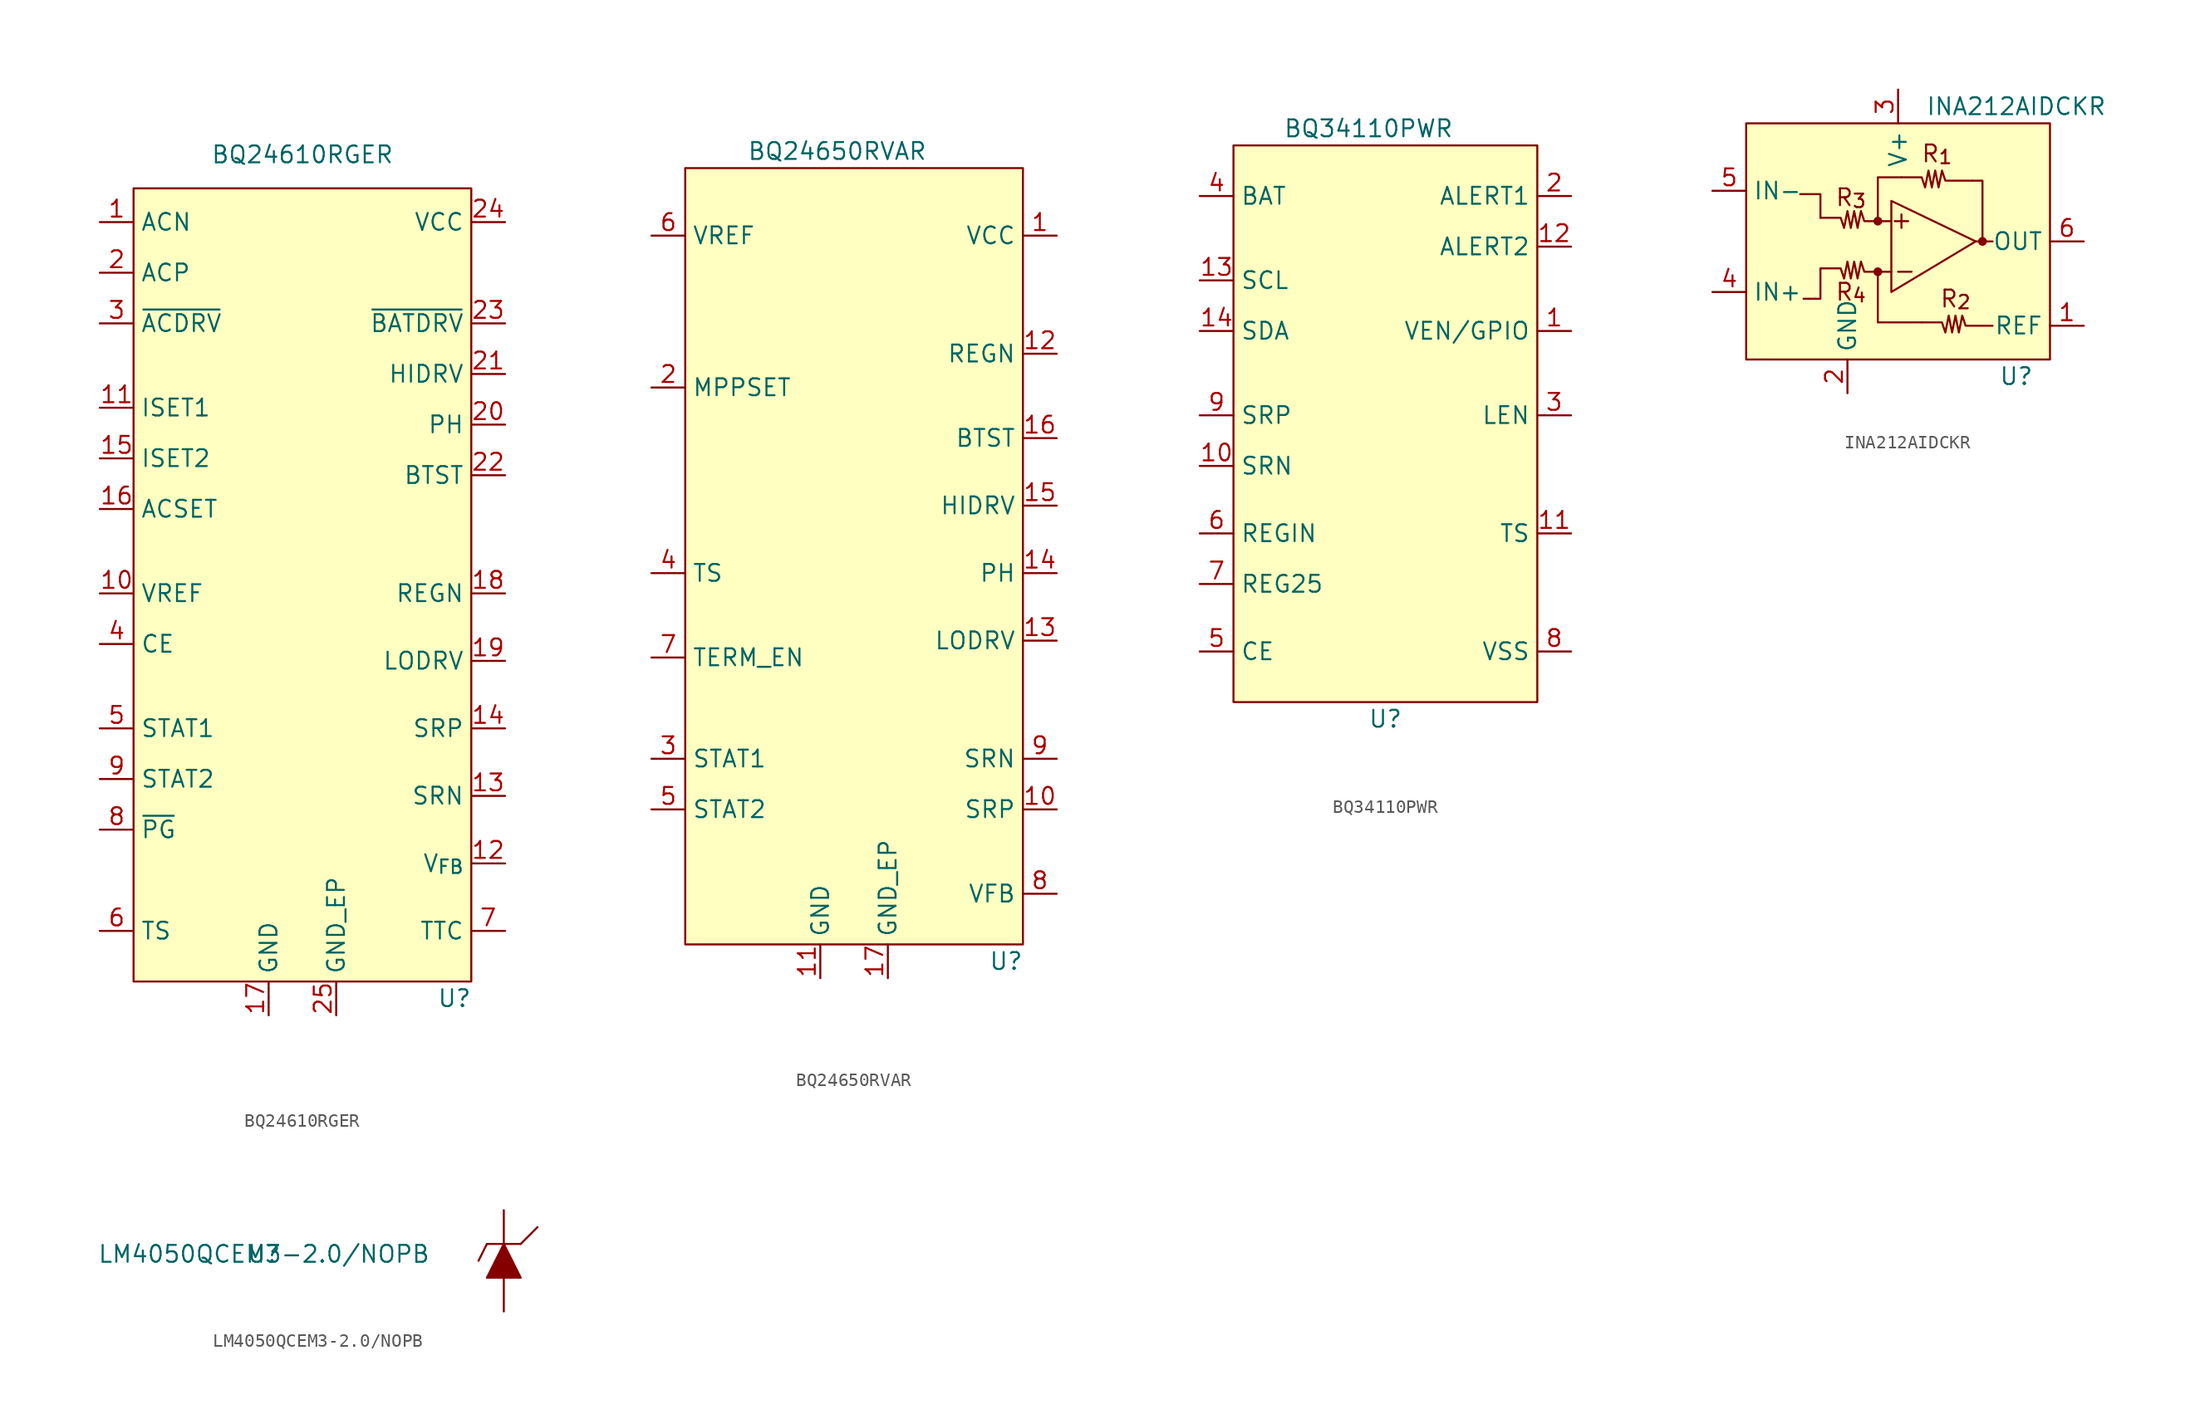
<source format=kicad_sym>
(kicad_symbol_lib
  (version 20241209)
  (generator "kicad_symbol_editor")
  (generator_version "9.0")
  (symbol "BQ24610RGER"
    (property "Reference" "U"
      (at 11.43 -33.02 0)
      (effects (font (size 1.27 1.27))))
    (property "Value" "BQ24610RGER"
      (at 0 30.48 0)
      (effects (font (size 1.27 1.27))))
    (symbol "BQ24610RGER_1_1"
      (rectangle (start -12.7 27.94) (end 12.7 -31.75) (stroke (width 0) (type default)) (fill (type background)))
      (pin passive line (at -15.24 25.4 0) (length 2.54) (name "ACN" (effects (font (size 1.27 1.27)))) (number "1" (effects (font (size 1.27 1.27)))))
      (pin passive line (at -15.24 21.59 0) (length 2.54) (name "ACP" (effects (font (size 1.27 1.27)))) (number "2" (effects (font (size 1.27 1.27)))))
      (pin passive line (at -15.24 17.78 0) (length 2.54) (name "~{ACDRV}" (effects (font (size 1.27 1.27)))) (number "3" (effects (font (size 1.27 1.27)))))
      (pin input line (at -15.24 11.43 0) (length 2.54) (name "ISET1" (effects (font (size 1.27 1.27)))) (number "11" (effects (font (size 1.27 1.27)))))
      (pin input line (at -15.24 7.62 0) (length 2.54) (name "ISET2" (effects (font (size 1.27 1.27)))) (number "15" (effects (font (size 1.27 1.27)))))
      (pin passive line (at -15.24 3.81 0) (length 2.54) (name "ACSET" (effects (font (size 1.27 1.27)))) (number "16" (effects (font (size 1.27 1.27)))))
      (pin power_out line (at -15.24 -2.54 0) (length 2.54) (name "VREF" (effects (font (size 1.27 1.27)))) (number "10" (effects (font (size 1.27 1.27)))))
      (pin input line (at -15.24 -6.35 0) (length 2.54) (name "CE" (effects (font (size 1.27 1.27)))) (number "4" (effects (font (size 1.27 1.27)))))
      (pin passive line (at -15.24 -12.7 0) (length 2.54) (name "STAT1" (effects (font (size 1.27 1.27)))) (number "5" (effects (font (size 1.27 1.27)))))
      (pin passive line (at -15.24 -16.51 0) (length 2.54) (name "STAT2" (effects (font (size 1.27 1.27)))) (number "9" (effects (font (size 1.27 1.27)))))
      (pin output line (at -15.24 -20.32 0) (length 2.54) (name "~{PG}" (effects (font (size 1.27 1.27)))) (number "8" (effects (font (size 1.27 1.27)))))
      (pin input line (at -15.24 -27.94 0) (length 2.54) (name "TS" (effects (font (size 1.27 1.27)))) (number "6" (effects (font (size 1.27 1.27)))))
      (pin power_in line (at -2.54 -34.29 90) (length 2.54) (name "GND" (effects (font (size 1.27 1.27)))) (number "17" (effects (font (size 1.27 1.27)))))
      (pin power_in line (at 2.54 -34.29 90) (length 2.54) (name "GND_EP" (effects (font (size 1.27 1.27)))) (number "25" (effects (font (size 1.27 1.27)))))
      (pin power_in line (at 15.24 25.4 180) (length 2.54) (name "VCC" (effects (font (size 1.27 1.27)))) (number "24" (effects (font (size 1.27 1.27)))))
      (pin output line (at 15.24 17.78 180) (length 2.54) (name "~{BATDRV}" (effects (font (size 1.27 1.27)))) (number "23" (effects (font (size 1.27 1.27)))))
      (pin output line (at 15.24 13.97 180) (length 2.54) (name "HIDRV" (effects (font (size 1.27 1.27)))) (number "21" (effects (font (size 1.27 1.27)))))
      (pin output line (at 15.24 10.16 180) (length 2.54) (name "PH" (effects (font (size 1.27 1.27)))) (number "20" (effects (font (size 1.27 1.27)))))
      (pin output line (at 15.24 6.35 180) (length 2.54) (name "BTST" (effects (font (size 1.27 1.27)))) (number "22" (effects (font (size 1.27 1.27)))))
      (pin output line (at 15.24 -2.54 180) (length 2.54) (name "REGN" (effects (font (size 1.27 1.27)))) (number "18" (effects (font (size 1.27 1.27)))))
      (pin output line (at 15.24 -7.62 180) (length 2.54) (name "LODRV" (effects (font (size 1.27 1.27)))) (number "19" (effects (font (size 1.27 1.27)))))
      (pin input line (at 15.24 -12.7 180) (length 2.54) (name "SRP" (effects (font (size 1.27 1.27)))) (number "14" (effects (font (size 1.27 1.27)))))
      (pin input line (at 15.24 -17.78 180) (length 2.54) (name "SRN" (effects (font (size 1.27 1.27)))) (number "13" (effects (font (size 1.27 1.27)))))
      (pin power_in line (at 15.24 -22.86 180) (length 2.54) (name "V_{FB}" (effects (font (size 1.27 1.27)))) (number "12" (effects (font (size 1.27 1.27)))))
      (pin passive line (at 15.24 -27.94 180) (length 2.54) (name "TTC" (effects (font (size 1.27 1.27)))) (number "7" (effects (font (size 1.27 1.27)))))))
  (symbol "BQ24650RVAR"
    (property "Reference" "U"
      (at 11.43 -29.21 0)
      (effects (font (size 1.27 1.27))))
    (property "Value" "BQ24650RVAR"
      (at -1.27 31.75 0)
      (effects (font (size 1.27 1.27))))
    (symbol "BQ24650RVAR_1_1"
      (rectangle (start -12.7 30.48) (end 12.7 -27.94) (stroke (width 0) (type default)) (fill (type background)))
      (pin power_in line (at -15.24 25.4 0) (length 2.54) (name "VREF" (effects (font (size 1.27 1.27)))) (number "6" (effects (font (size 1.27 1.27)))))
      (pin input line (at -15.24 13.97 0) (length 2.54) (name "MPPSET" (effects (font (size 1.27 1.27)))) (number "2" (effects (font (size 1.27 1.27)))))
      (pin input line (at -15.24 0 0) (length 2.54) (name "TS" (effects (font (size 1.27 1.27)))) (number "4" (effects (font (size 1.27 1.27)))))
      (pin input line (at -15.24 -6.35 0) (length 2.54) (name "TERM_EN" (effects (font (size 1.27 1.27)))) (number "7" (effects (font (size 1.27 1.27)))))
      (pin output line (at -15.24 -13.97 0) (length 2.54) (name "STAT1" (effects (font (size 1.27 1.27)))) (number "3" (effects (font (size 1.27 1.27)))))
      (pin output line (at -15.24 -17.78 0) (length 2.54) (name "STAT2" (effects (font (size 1.27 1.27)))) (number "5" (effects (font (size 1.27 1.27)))))
      (pin power_in line (at -2.54 -30.48 90) (length 2.54) (name "GND" (effects (font (size 1.27 1.27)))) (number "11" (effects (font (size 1.27 1.27)))))
      (pin power_out line (at 2.54 -30.48 90) (length 2.54) (name "GND_EP" (effects (font (size 1.27 1.27)))) (number "17" (effects (font (size 1.27 1.27)))))
      (pin power_in line (at 15.24 25.4 180) (length 2.54) (name "VCC" (effects (font (size 1.27 1.27)))) (number "1" (effects (font (size 1.27 1.27)))))
      (pin power_in line (at 15.24 16.51 180) (length 2.54) (name "REGN" (effects (font (size 1.27 1.27)))) (number "12" (effects (font (size 1.27 1.27)))))
      (pin power_out line (at 15.24 10.16 180) (length 2.54) (name "BTST" (effects (font (size 1.27 1.27)))) (number "16" (effects (font (size 1.27 1.27)))))
      (pin output line (at 15.24 5.08 180) (length 2.54) (name "HIDRV" (effects (font (size 1.27 1.27)))) (number "15" (effects (font (size 1.27 1.27)))))
      (pin passive line (at 15.24 0 180) (length 2.54) (name "PH" (effects (font (size 1.27 1.27)))) (number "14" (effects (font (size 1.27 1.27)))))
      (pin output line (at 15.24 -5.08 180) (length 2.54) (name "LODRV" (effects (font (size 1.27 1.27)))) (number "13" (effects (font (size 1.27 1.27)))))
      (pin input line (at 15.24 -13.97 180) (length 2.54) (name "SRN" (effects (font (size 1.27 1.27)))) (number "9" (effects (font (size 1.27 1.27)))))
      (pin input line (at 15.24 -17.78 180) (length 2.54) (name "SRP" (effects (font (size 1.27 1.27)))) (number "10" (effects (font (size 1.27 1.27)))))
      (pin input line (at 15.24 -24.13 180) (length 2.54) (name "VFB" (effects (font (size 1.27 1.27)))) (number "8" (effects (font (size 1.27 1.27)))))))
  (symbol "BQ34110PWR"
    (property "Reference" "U"
      (at 0 -22.86 0)
      (effects (font (size 1.27 1.27))))
    (property "Value" "BQ34110PWR"
      (at -1.27 21.59 0)
      (effects (font (size 1.27 1.27))))
    (symbol "BQ34110PWR_1_1"
      (rectangle (start -11.43 20.32) (end 11.43 -21.59) (stroke (width 0) (type default)) (fill (type background)))
      (pin power_in line (at -13.97 16.51 0) (length 2.54) (name "BAT" (effects (font (size 1.27 1.27)))) (number "4" (effects (font (size 1.27 1.27)))))
      (pin input line (at -13.97 10.16 0) (length 2.54) (name "SCL" (effects (font (size 1.27 1.27)))) (number "13" (effects (font (size 1.27 1.27)))))
      (pin bidirectional line (at -13.97 6.35 0) (length 2.54) (name "SDA" (effects (font (size 1.27 1.27)))) (number "14" (effects (font (size 1.27 1.27)))))
      (pin input line (at -13.97 0 0) (length 2.54) (name "SRP" (effects (font (size 1.27 1.27)))) (number "9" (effects (font (size 1.27 1.27)))))
      (pin input line (at -13.97 -3.81 0) (length 2.54) (name "SRN" (effects (font (size 1.27 1.27)))) (number "10" (effects (font (size 1.27 1.27)))))
      (pin power_in line (at -13.97 -8.89 0) (length 2.54) (name "REGIN" (effects (font (size 1.27 1.27)))) (number "6" (effects (font (size 1.27 1.27)))))
      (pin power_in line (at -13.97 -12.7 0) (length 2.54) (name "REG25" (effects (font (size 1.27 1.27)))) (number "7" (effects (font (size 1.27 1.27)))))
      (pin input line (at -13.97 -17.78 0) (length 2.54) (name "CE" (effects (font (size 1.27 1.27)))) (number "5" (effects (font (size 1.27 1.27)))))
      (pin output line (at 13.97 16.51 180) (length 2.54) (name "ALERT1" (effects (font (size 1.27 1.27)))) (number "2" (effects (font (size 1.27 1.27)))))
      (pin output line (at 13.97 12.7 180) (length 2.54) (name "ALERT2" (effects (font (size 1.27 1.27)))) (number "12" (effects (font (size 1.27 1.27)))))
      (pin bidirectional line (at 13.97 6.35 180) (length 2.54) (name "VEN/GPIO" (effects (font (size 1.27 1.27)))) (number "1" (effects (font (size 1.27 1.27)))))
      (pin output line (at 13.97 0 180) (length 2.54) (name "LEN" (effects (font (size 1.27 1.27)))) (number "3" (effects (font (size 1.27 1.27)))))
      (pin input line (at 13.97 -8.89 180) (length 2.54) (name "TS" (effects (font (size 1.27 1.27)))) (number "11" (effects (font (size 1.27 1.27)))))
      (pin power_in line (at 13.97 -17.78 180) (length 2.54) (name "VSS" (effects (font (size 1.27 1.27)))) (number "8" (effects (font (size 1.27 1.27)))))))
  (symbol "INA212AIDCKR"
    (property "Reference" "U"
      (at 13.97 -15.24 0)
      (effects (font (size 1.27 1.27))))
    (property "Value" "INA212AIDCKR"
      (at 13.97 5.08 0)
      (effects (font (size 1.27 1.27))))
    (symbol "INA212AIDCKR_0_0"
      (text "R_{3}" (at 1.524 -1.778 0) (effects (font (size 1.27 1.27))))
      (text "R_{4}" (at 1.524 -8.89 0) (effects (font (size 1.27 1.27))))
      (text "R_{1}" (at 8.001 1.524 0) (effects (font (size 1.27 1.27))))
      (text "R_{2}" (at 9.398 -9.398 0) (effects (font (size 1.27 1.27)))))
    (symbol "INA212AIDCKR_0_1"
      (rectangle (start -6.35 3.81) (end 16.51 -13.97) (stroke (width 0) (type default)) (fill (type background)))
      (polyline (pts (xy -2.286 -1.524) (xy -0.762 -1.524) (xy -0.762 -3.302)) (stroke (width 0) (type default)) (fill (type none)))
      (polyline (pts (xy -0.762 -7.112) (xy -0.762 -9.398) (xy -2.032 -9.398)) (stroke (width 0) (type default)) (fill (type none)))
      (circle (center 3.556 -3.556) (radius 0.254) (stroke (width 0) (type default)) (fill (type outline)))
      (polyline (pts (xy 3.556 -7.366) (xy 3.556 -11.176) (xy 6.858 -11.176)) (stroke (width 0) (type default)) (fill (type none)))
      (circle (center 3.556 -7.366) (radius 0.254) (stroke (width 0) (type default)) (fill (type outline)))
      (polyline (pts (xy 4.572 -2.032) (xy 4.572 -8.89) (xy 10.922 -5.08) (xy 4.572 -2.032)) (stroke (width 0) (type default)) (fill (type none)))
      (polyline (pts (xy 4.572 -3.556) (xy 4.572 -3.556) (xy 4.572 -3.556) (xy 2.54 -3.556) (xy 2.286 -2.794) (xy 2.032 -4.064) (xy 1.778 -2.794) (xy 1.524 -4.064) (xy 1.27 -2.794) (xy 1.016 -4.064) (xy 0.762 -3.302) (xy -0.762 -3.302)) (stroke (width 0) (type default)) (fill (type none)))
      (polyline (pts (xy 4.572 -7.366) (xy 4.572 -7.366) (xy 4.572 -7.366) (xy 2.54 -7.366) (xy 2.286 -6.604) (xy 2.032 -7.874) (xy 1.778 -6.604) (xy 1.524 -7.874) (xy 1.27 -6.604) (xy 1.016 -7.874) (xy 0.762 -7.112) (xy -0.762 -7.112)) (stroke (width 0) (type default)) (fill (type none)))
      (polyline (pts (xy 4.826 -3.556) (xy 5.842 -3.556)) (stroke (width 0) (type default)) (fill (type none)))
      (polyline (pts (xy 5.08 -7.366) (xy 6.096 -7.366)) (stroke (width 0) (type default)) (fill (type none)))
      (polyline (pts (xy 5.334 -0.254) (xy 3.556 -0.254) (xy 3.556 -3.556)) (stroke (width 0) (type default)) (fill (type none)))
      (polyline (pts (xy 5.334 -3.048) (xy 5.334 -4.064)) (stroke (width 0) (type default)) (fill (type none)))
      (polyline (pts (xy 10.668 -0.508) (xy 11.43 -0.508) (xy 11.43 -5.08)) (stroke (width 0) (type default)) (fill (type none)))
      (polyline (pts (xy 10.668 -0.508) (xy 10.668 -0.508) (xy 10.668 -0.508) (xy 8.636 -0.508) (xy 8.382 0.254) (xy 8.128 -1.016) (xy 7.874 0.254) (xy 7.62 -1.016) (xy 7.366 0.254) (xy 7.112 -1.016) (xy 6.858 -0.254) (xy 5.334 -0.254)) (stroke (width 0) (type default)) (fill (type none)))
      (polyline (pts (xy 10.922 -5.08) (xy 12.192 -5.08)) (stroke (width 0) (type default)) (fill (type none)))
      (circle (center 11.43 -5.08) (radius 0.254) (stroke (width 0) (type default)) (fill (type outline)))
      (polyline (pts (xy 12.192 -11.43) (xy 12.192 -11.43) (xy 12.192 -11.43) (xy 10.16 -11.43) (xy 9.906 -10.668) (xy 9.652 -11.938) (xy 9.398 -10.668) (xy 9.144 -11.938) (xy 8.89 -10.668) (xy 8.636 -11.938) (xy 8.382 -11.176) (xy 6.858 -11.176)) (stroke (width 0) (type default)) (fill (type none))))
    (symbol "INA212AIDCKR_1_1"
      (pin passive line (at -8.89 -1.27 0) (length 2.54) (name "IN-" (effects (font (size 1.27 1.27)))) (number "5" (effects (font (size 1.27 1.27)))))
      (pin passive line (at -8.89 -8.89 0) (length 2.54) (name "IN+" (effects (font (size 1.27 1.27)))) (number "4" (effects (font (size 1.27 1.27)))))
      (pin power_in line (at 1.27 -16.51 90) (length 2.54) (name "GND" (effects (font (size 1.27 1.27)))) (number "2" (effects (font (size 1.27 1.27)))))
      (pin power_in line (at 5.08 6.35 270) (length 2.54) (name "V+" (effects (font (size 1.27 1.27)))) (number "3" (effects (font (size 1.27 1.27)))))
      (pin output line (at 19.05 -5.08 180) (length 2.54) (name "OUT" (effects (font (size 1.27 1.27)))) (number "6" (effects (font (size 1.27 1.27)))))
      (pin power_in line (at 19.05 -11.43 180) (length 2.54) (name "REF" (effects (font (size 1.27 1.27)))) (number "1" (effects (font (size 1.27 1.27)))))))
  (symbol "LM4050QCEM3-2.0/NOPB"
    (pin_numbers
      (hide yes))
    (pin_names
      (hide yes))
    (property "Reference" "U"
      (at -11.684 -2.032 0)
      (effects (font (size 1.27 1.27))))
    (property "Value" "LM4050QCEM3-2.0/NOPB"
      (at -11.684 -2.032 0)
      (effects (font (size 1.27 1.27))))
    (symbol "LM4050QCEM3-2.0/NOPB_1_1"
      (polyline (pts (xy 5.08 -1.27) (xy 4.445 -2.54)) (stroke (width 0) (type default)) (fill (type none)))
      (polyline (pts (xy 5.08 -1.27) (xy 7.62 -1.27)) (stroke (width 0) (type default)) (fill (type none)))
      (polyline (pts (xy 6.35 -1.27) (xy 5.08 -3.81) (xy 7.62 -3.81) (xy 6.35 -1.27)) (stroke (width 0) (type solid)) (fill (type color) (color 132 0 0 1)))
      (polyline (pts (xy 7.62 -1.27) (xy 8.89 0)) (stroke (width 0) (type default)) (fill (type none)))
      (pin passive line (at 6.35 1.27 270) (length 2.54) (name "K" (effects (font (size 1.27 1.27)))) (number "1" (effects (font (size 1.27 1.27)))))
      (pin passive line (at 6.35 -6.35 90) (length 2.54) (name "A" (effects (font (size 1.27 1.27)))) (number "2" (effects (font (size 1.27 1.27)))))
      (pin no_connect line (at 8.89 -2.54 180) (length 2.54) (hide yes) (name "NC" (effects (font (size 1.27 1.27)))) (number "3" (effects (font (size 1.27 1.27))))))))
</source>
